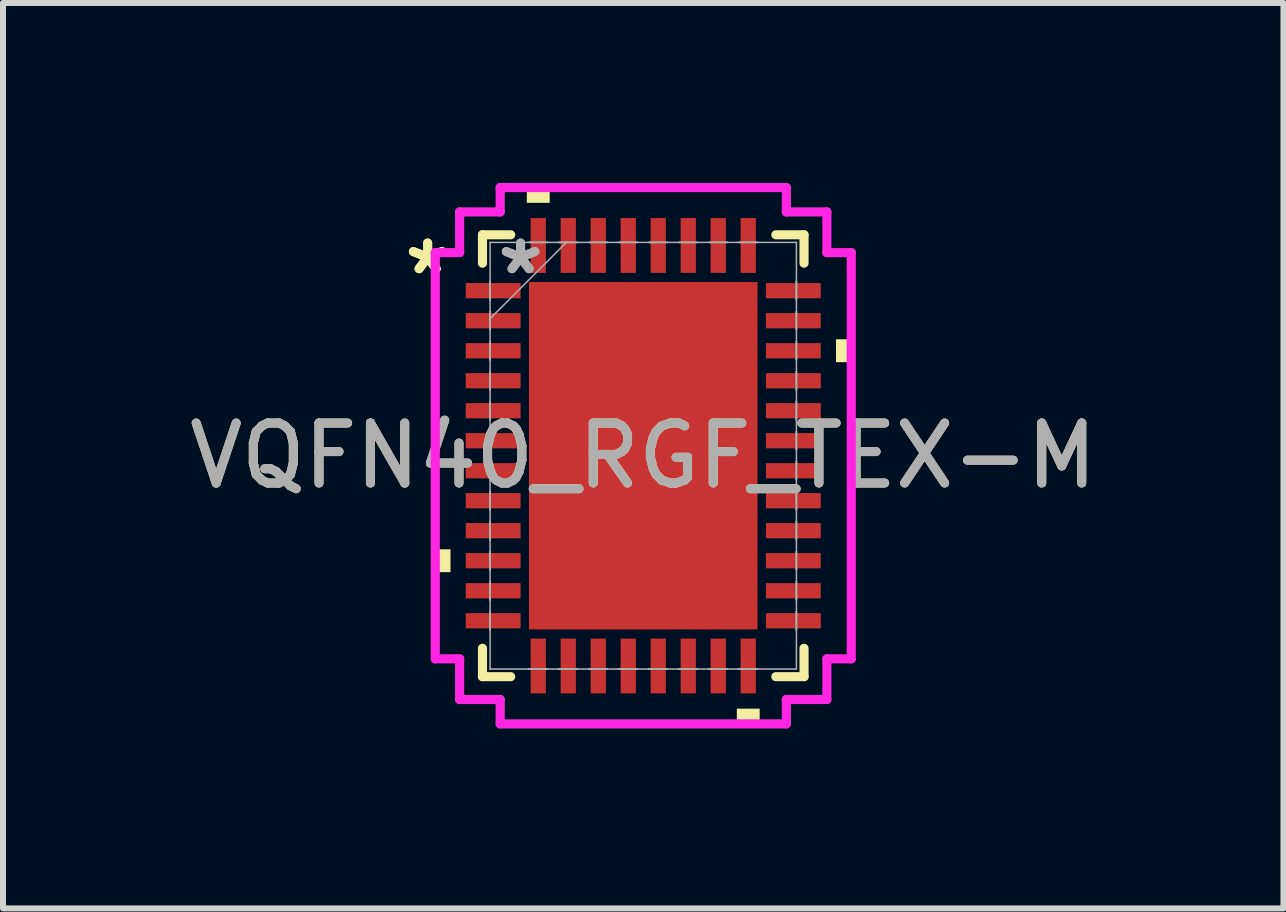
<source format=kicad_pcb>
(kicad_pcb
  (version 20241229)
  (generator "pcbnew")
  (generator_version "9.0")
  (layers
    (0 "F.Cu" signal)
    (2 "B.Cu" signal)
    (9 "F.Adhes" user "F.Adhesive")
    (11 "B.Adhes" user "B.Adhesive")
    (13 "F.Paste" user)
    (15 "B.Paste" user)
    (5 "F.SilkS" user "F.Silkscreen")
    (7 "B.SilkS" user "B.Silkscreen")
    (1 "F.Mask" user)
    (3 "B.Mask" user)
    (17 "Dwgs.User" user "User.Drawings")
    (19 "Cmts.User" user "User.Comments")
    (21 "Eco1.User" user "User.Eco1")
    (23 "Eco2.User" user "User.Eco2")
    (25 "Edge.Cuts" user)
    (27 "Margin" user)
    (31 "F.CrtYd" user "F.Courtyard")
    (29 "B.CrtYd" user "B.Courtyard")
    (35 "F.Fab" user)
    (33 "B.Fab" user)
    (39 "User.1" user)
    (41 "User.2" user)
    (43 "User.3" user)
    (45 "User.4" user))
  (footprint "VQFN40_RGF_TEX-M"
    (layer "F.Cu")
    (at 7.673 4.547)
    (property "Reference" "VQFN40_RGF_TEX-M" (at 0 0 0) (unlocked yes) (layer "F.SilkS") (effects (font (size 1 1) (thickness 0.15))))
    (attr smd)
    (fp_line (start -2.68 -3.683) (end -2.68 -3.21) (stroke (width 0.152) (type solid)) (layer "F.SilkS"))
    (fp_line (start -2.68 3.21) (end -2.68 3.683) (stroke (width 0.152) (type solid)) (layer "F.SilkS"))
    (fp_line (start -2.68 3.683) (end -2.21 3.683) (stroke (width 0.152) (type solid)) (layer "F.SilkS"))
    (fp_line (start -2.21 -3.683) (end -2.68 -3.683) (stroke (width 0.152) (type solid)) (layer "F.SilkS"))
    (fp_line (start 2.21 3.683) (end 2.68 3.683) (stroke (width 0.152) (type solid)) (layer "F.SilkS"))
    (fp_line (start 2.68 -3.683) (end 2.21 -3.683) (stroke (width 0.152) (type solid)) (layer "F.SilkS"))
    (fp_line (start 2.68 -3.21) (end 2.68 -3.683) (stroke (width 0.152) (type solid)) (layer "F.SilkS"))
    (fp_line (start 2.68 3.683) (end 2.68 3.21) (stroke (width 0.152) (type solid)) (layer "F.SilkS"))
    (fp_poly (pts (xy -3.467 1.56) (xy -3.467 1.941) (xy -3.213 1.941) (xy -3.213 1.56)) (stroke (width 0) (type solid)) (fill yes) (layer "F.SilkS"))
    (fp_poly (pts (xy -1.941 -4.216) (xy -1.941 -4.47) (xy -1.56 -4.47) (xy -1.56 -4.216)) (stroke (width 0) (type solid)) (fill yes) (layer "F.SilkS"))
    (fp_poly (pts (xy 1.56 4.216) (xy 1.56 4.47) (xy 1.941 4.47) (xy 1.941 4.216)) (stroke (width 0) (type solid)) (fill yes) (layer "F.SilkS"))
    (fp_poly (pts (xy 3.467 -1.941) (xy 3.467 -1.56) (xy 3.213 -1.56) (xy 3.213 -1.941)) (stroke (width 0) (type solid)) (fill yes) (layer "F.SilkS"))
    (fp_poly (pts (xy -1.805 -2.796) (xy -1.805 -1.548) (xy -0.735 -1.548) (xy -0.735 -2.796)) (stroke (width 0) (type solid)) (fill yes) (layer "F.Paste"))
    (fp_poly (pts (xy -1.805 -1.348) (xy -1.805 -0.1) (xy -0.735 -0.1) (xy -0.735 -1.348)) (stroke (width 0) (type solid)) (fill yes) (layer "F.Paste"))
    (fp_poly (pts (xy -1.805 0.1) (xy -1.805 1.348) (xy -0.735 1.348) (xy -0.735 0.1)) (stroke (width 0) (type solid)) (fill yes) (layer "F.Paste"))
    (fp_poly (pts (xy -1.805 1.548) (xy -1.805 2.796) (xy -0.735 2.796) (xy -0.735 1.548)) (stroke (width 0) (type solid)) (fill yes) (layer "F.Paste"))
    (fp_poly (pts (xy -0.535 -2.796) (xy -0.535 -1.548) (xy 0.535 -1.548) (xy 0.535 -2.796)) (stroke (width 0) (type solid)) (fill yes) (layer "F.Paste"))
    (fp_poly (pts (xy -0.535 -1.348) (xy -0.535 -0.1) (xy 0.535 -0.1) (xy 0.535 -1.348)) (stroke (width 0) (type solid)) (fill yes) (layer "F.Paste"))
    (fp_poly (pts (xy -0.535 0.1) (xy -0.535 1.348) (xy 0.535 1.348) (xy 0.535 0.1)) (stroke (width 0) (type solid)) (fill yes) (layer "F.Paste"))
    (fp_poly (pts (xy -0.535 1.548) (xy -0.535 2.796) (xy 0.535 2.796) (xy 0.535 1.548)) (stroke (width 0) (type solid)) (fill yes) (layer "F.Paste"))
    (fp_poly (pts (xy 0.735 -2.796) (xy 0.735 -1.548) (xy 1.805 -1.548) (xy 1.805 -2.796)) (stroke (width 0) (type solid)) (fill yes) (layer "F.Paste"))
    (fp_poly (pts (xy 0.735 -1.348) (xy 0.735 -0.1) (xy 1.805 -0.1) (xy 1.805 -1.348)) (stroke (width 0) (type solid)) (fill yes) (layer "F.Paste"))
    (fp_poly (pts (xy 0.735 0.1) (xy 0.735 1.348) (xy 1.805 1.348) (xy 1.805 0.1)) (stroke (width 0) (type solid)) (fill yes) (layer "F.Paste"))
    (fp_poly (pts (xy 0.735 1.548) (xy 0.735 2.796) (xy 1.805 2.796) (xy 1.805 1.548)) (stroke (width 0) (type solid)) (fill yes) (layer "F.Paste"))
    (fp_line (start -3.467 -3.386) (end -3.061 -3.386) (stroke (width 0.152) (type solid)) (layer "F.CrtYd"))
    (fp_line (start -3.467 3.386) (end -3.467 -3.386) (stroke (width 0.152) (type solid)) (layer "F.CrtYd"))
    (fp_line (start -3.061 -4.064) (end -2.385 -4.064) (stroke (width 0.152) (type solid)) (layer "F.CrtYd"))
    (fp_line (start -3.061 -3.386) (end -3.061 -4.064) (stroke (width 0.152) (type solid)) (layer "F.CrtYd"))
    (fp_line (start -3.061 3.386) (end -3.467 3.386) (stroke (width 0.152) (type solid)) (layer "F.CrtYd"))
    (fp_line (start -3.061 4.064) (end -3.061 3.386) (stroke (width 0.152) (type solid)) (layer "F.CrtYd"))
    (fp_line (start -2.385 -4.47) (end 2.385 -4.47) (stroke (width 0.152) (type solid)) (layer "F.CrtYd"))
    (fp_line (start -2.385 -4.064) (end -2.385 -4.47) (stroke (width 0.152) (type solid)) (layer "F.CrtYd"))
    (fp_line (start -2.385 4.064) (end -3.061 4.064) (stroke (width 0.152) (type solid)) (layer "F.CrtYd"))
    (fp_line (start -2.385 4.47) (end -2.385 4.064) (stroke (width 0.152) (type solid)) (layer "F.CrtYd"))
    (fp_line (start 2.385 -4.47) (end 2.385 -4.064) (stroke (width 0.152) (type solid)) (layer "F.CrtYd"))
    (fp_line (start 2.385 -4.064) (end 3.061 -4.064) (stroke (width 0.152) (type solid)) (layer "F.CrtYd"))
    (fp_line (start 2.385 4.064) (end 2.385 4.47) (stroke (width 0.152) (type solid)) (layer "F.CrtYd"))
    (fp_line (start 2.385 4.47) (end -2.385 4.47) (stroke (width 0.152) (type solid)) (layer "F.CrtYd"))
    (fp_line (start 3.061 -4.064) (end 3.061 -3.386) (stroke (width 0.152) (type solid)) (layer "F.CrtYd"))
    (fp_line (start 3.061 -3.386) (end 3.467 -3.386) (stroke (width 0.152) (type solid)) (layer "F.CrtYd"))
    (fp_line (start 3.061 3.386) (end 3.061 4.064) (stroke (width 0.152) (type solid)) (layer "F.CrtYd"))
    (fp_line (start 3.061 4.064) (end 2.385 4.064) (stroke (width 0.152) (type solid)) (layer "F.CrtYd"))
    (fp_line (start 3.467 -3.386) (end 3.467 3.386) (stroke (width 0.152) (type solid)) (layer "F.CrtYd"))
    (fp_line (start 3.467 3.386) (end 3.061 3.386) (stroke (width 0.152) (type solid)) (layer "F.CrtYd"))
    (fp_line (start -2.553 -3.556) (end -2.553 -3.556) (stroke (width 0.025) (type solid)) (layer "F.Fab"))
    (fp_line (start -2.553 -3.556) (end -2.553 3.556) (stroke (width 0.025) (type solid)) (layer "F.Fab"))
    (fp_line (start -2.553 -2.903) (end -2.553 -2.903) (stroke (width 0.025) (type solid)) (layer "F.Fab"))
    (fp_line (start -2.553 -2.903) (end -2.553 -2.598) (stroke (width 0.025) (type solid)) (layer "F.Fab"))
    (fp_line (start -2.553 -2.598) (end -2.553 -2.903) (stroke (width 0.025) (type solid)) (layer "F.Fab"))
    (fp_line (start -2.553 -2.598) (end -2.553 -2.598) (stroke (width 0.025) (type solid)) (layer "F.Fab"))
    (fp_line (start -2.553 -2.403) (end -2.553 -2.403) (stroke (width 0.025) (type solid)) (layer "F.Fab"))
    (fp_line (start -2.553 -2.403) (end -2.553 -2.098) (stroke (width 0.025) (type solid)) (layer "F.Fab"))
    (fp_line (start -2.553 -2.286) (end -1.283 -3.556) (stroke (width 0.025) (type solid)) (layer "F.Fab"))
    (fp_line (start -2.553 -2.098) (end -2.553 -2.403) (stroke (width 0.025) (type solid)) (layer "F.Fab"))
    (fp_line (start -2.553 -2.098) (end -2.553 -2.098) (stroke (width 0.025) (type solid)) (layer "F.Fab"))
    (fp_line (start -2.553 -1.903) (end -2.553 -1.903) (stroke (width 0.025) (type solid)) (layer "F.Fab"))
    (fp_line (start -2.553 -1.903) (end -2.553 -1.598) (stroke (width 0.025) (type solid)) (layer "F.Fab"))
    (fp_line (start -2.553 -1.598) (end -2.553 -1.903) (stroke (width 0.025) (type solid)) (layer "F.Fab"))
    (fp_line (start -2.553 -1.598) (end -2.553 -1.598) (stroke (width 0.025) (type solid)) (layer "F.Fab"))
    (fp_line (start -2.553 -1.403) (end -2.553 -1.403) (stroke (width 0.025) (type solid)) (layer "F.Fab"))
    (fp_line (start -2.553 -1.403) (end -2.553 -1.098) (stroke (width 0.025) (type solid)) (layer "F.Fab"))
    (fp_line (start -2.553 -1.098) (end -2.553 -1.403) (stroke (width 0.025) (type solid)) (layer "F.Fab"))
    (fp_line (start -2.553 -1.098) (end -2.553 -1.098) (stroke (width 0.025) (type solid)) (layer "F.Fab"))
    (fp_line (start -2.553 -0.903) (end -2.553 -0.903) (stroke (width 0.025) (type solid)) (layer "F.Fab"))
    (fp_line (start -2.553 -0.903) (end -2.553 -0.598) (stroke (width 0.025) (type solid)) (layer "F.Fab"))
    (fp_line (start -2.553 -0.598) (end -2.553 -0.903) (stroke (width 0.025) (type solid)) (layer "F.Fab"))
    (fp_line (start -2.553 -0.598) (end -2.553 -0.598) (stroke (width 0.025) (type solid)) (layer "F.Fab"))
    (fp_line (start -2.553 -0.402) (end -2.553 -0.402) (stroke (width 0.025) (type solid)) (layer "F.Fab"))
    (fp_line (start -2.553 -0.402) (end -2.553 -0.098) (stroke (width 0.025) (type solid)) (layer "F.Fab"))
    (fp_line (start -2.553 -0.098) (end -2.553 -0.402) (stroke (width 0.025) (type solid)) (layer "F.Fab"))
    (fp_line (start -2.553 -0.098) (end -2.553 -0.098) (stroke (width 0.025) (type solid)) (layer "F.Fab"))
    (fp_line (start -2.553 0.098) (end -2.553 0.098) (stroke (width 0.025) (type solid)) (layer "F.Fab"))
    (fp_line (start -2.553 0.098) (end -2.553 0.402) (stroke (width 0.025) (type solid)) (layer "F.Fab"))
    (fp_line (start -2.553 0.402) (end -2.553 0.098) (stroke (width 0.025) (type solid)) (layer "F.Fab"))
    (fp_line (start -2.553 0.402) (end -2.553 0.402) (stroke (width 0.025) (type solid)) (layer "F.Fab"))
    (fp_line (start -2.553 0.598) (end -2.553 0.598) (stroke (width 0.025) (type solid)) (layer "F.Fab"))
    (fp_line (start -2.553 0.598) (end -2.553 0.903) (stroke (width 0.025) (type solid)) (layer "F.Fab"))
    (fp_line (start -2.553 0.903) (end -2.553 0.598) (stroke (width 0.025) (type solid)) (layer "F.Fab"))
    (fp_line (start -2.553 0.903) (end -2.553 0.903) (stroke (width 0.025) (type solid)) (layer "F.Fab"))
    (fp_line (start -2.553 1.098) (end -2.553 1.098) (stroke (width 0.025) (type solid)) (layer "F.Fab"))
    (fp_line (start -2.553 1.098) (end -2.553 1.403) (stroke (width 0.025) (type solid)) (layer "F.Fab"))
    (fp_line (start -2.553 1.403) (end -2.553 1.098) (stroke (width 0.025) (type solid)) (layer "F.Fab"))
    (fp_line (start -2.553 1.403) (end -2.553 1.403) (stroke (width 0.025) (type solid)) (layer "F.Fab"))
    (fp_line (start -2.553 1.598) (end -2.553 1.598) (stroke (width 0.025) (type solid)) (layer "F.Fab"))
    (fp_line (start -2.553 1.598) (end -2.553 1.903) (stroke (width 0.025) (type solid)) (layer "F.Fab"))
    (fp_line (start -2.553 1.903) (end -2.553 1.598) (stroke (width 0.025) (type solid)) (layer "F.Fab"))
    (fp_line (start -2.553 1.903) (end -2.553 1.903) (stroke (width 0.025) (type solid)) (layer "F.Fab"))
    (fp_line (start -2.553 2.098) (end -2.553 2.098) (stroke (width 0.025) (type solid)) (layer "F.Fab"))
    (fp_line (start -2.553 2.098) (end -2.553 2.403) (stroke (width 0.025) (type solid)) (layer "F.Fab"))
    (fp_line (start -2.553 2.403) (end -2.553 2.098) (stroke (width 0.025) (type solid)) (layer "F.Fab"))
    (fp_line (start -2.553 2.403) (end -2.553 2.403) (stroke (width 0.025) (type solid)) (layer "F.Fab"))
    (fp_line (start -2.553 2.598) (end -2.553 2.598) (stroke (width 0.025) (type solid)) (layer "F.Fab"))
    (fp_line (start -2.553 2.598) (end -2.553 2.903) (stroke (width 0.025) (type solid)) (layer "F.Fab"))
    (fp_line (start -2.553 2.903) (end -2.553 2.598) (stroke (width 0.025) (type solid)) (layer "F.Fab"))
    (fp_line (start -2.553 2.903) (end -2.553 2.903) (stroke (width 0.025) (type solid)) (layer "F.Fab"))
    (fp_line (start -2.553 3.556) (end -2.553 3.556) (stroke (width 0.025) (type solid)) (layer "F.Fab"))
    (fp_line (start -2.553 3.556) (end 2.553 3.556) (stroke (width 0.025) (type solid)) (layer "F.Fab"))
    (fp_line (start -1.903 -3.556) (end -1.903 -3.556) (stroke (width 0.025) (type solid)) (layer "F.Fab"))
    (fp_line (start -1.903 -3.556) (end -1.598 -3.556) (stroke (width 0.025) (type solid)) (layer "F.Fab"))
    (fp_line (start -1.903 3.556) (end -1.903 3.556) (stroke (width 0.025) (type solid)) (layer "F.Fab"))
    (fp_line (start -1.903 3.556) (end -1.598 3.556) (stroke (width 0.025) (type solid)) (layer "F.Fab"))
    (fp_line (start -1.598 -3.556) (end -1.903 -3.556) (stroke (width 0.025) (type solid)) (layer "F.Fab"))
    (fp_line (start -1.598 -3.556) (end -1.598 -3.556) (stroke (width 0.025) (type solid)) (layer "F.Fab"))
    (fp_line (start -1.598 3.556) (end -1.903 3.556) (stroke (width 0.025) (type solid)) (layer "F.Fab"))
    (fp_line (start -1.598 3.556) (end -1.598 3.556) (stroke (width 0.025) (type solid)) (layer "F.Fab"))
    (fp_line (start -1.403 -3.556) (end -1.403 -3.556) (stroke (width 0.025) (type solid)) (layer "F.Fab"))
    (fp_line (start -1.403 -3.556) (end -1.098 -3.556) (stroke (width 0.025) (type solid)) (layer "F.Fab"))
    (fp_line (start -1.403 3.556) (end -1.403 3.556) (stroke (width 0.025) (type solid)) (layer "F.Fab"))
    (fp_line (start -1.403 3.556) (end -1.098 3.556) (stroke (width 0.025) (type solid)) (layer "F.Fab"))
    (fp_line (start -1.098 -3.556) (end -1.403 -3.556) (stroke (width 0.025) (type solid)) (layer "F.Fab"))
    (fp_line (start -1.098 -3.556) (end -1.098 -3.556) (stroke (width 0.025) (type solid)) (layer "F.Fab"))
    (fp_line (start -1.098 3.556) (end -1.403 3.556) (stroke (width 0.025) (type solid)) (layer "F.Fab"))
    (fp_line (start -1.098 3.556) (end -1.098 3.556) (stroke (width 0.025) (type solid)) (layer "F.Fab"))
    (fp_line (start -0.903 -3.556) (end -0.903 -3.556) (stroke (width 0.025) (type solid)) (layer "F.Fab"))
    (fp_line (start -0.903 -3.556) (end -0.598 -3.556) (stroke (width 0.025) (type solid)) (layer "F.Fab"))
    (fp_line (start -0.903 3.556) (end -0.903 3.556) (stroke (width 0.025) (type solid)) (layer "F.Fab"))
    (fp_line (start -0.903 3.556) (end -0.598 3.556) (stroke (width 0.025) (type solid)) (layer "F.Fab"))
    (fp_line (start -0.598 -3.556) (end -0.903 -3.556) (stroke (width 0.025) (type solid)) (layer "F.Fab"))
    (fp_line (start -0.598 -3.556) (end -0.598 -3.556) (stroke (width 0.025) (type solid)) (layer "F.Fab"))
    (fp_line (start -0.598 3.556) (end -0.903 3.556) (stroke (width 0.025) (type solid)) (layer "F.Fab"))
    (fp_line (start -0.598 3.556) (end -0.598 3.556) (stroke (width 0.025) (type solid)) (layer "F.Fab"))
    (fp_line (start -0.402 -3.556) (end -0.402 -3.556) (stroke (width 0.025) (type solid)) (layer "F.Fab"))
    (fp_line (start -0.402 -3.556) (end -0.098 -3.556) (stroke (width 0.025) (type solid)) (layer "F.Fab"))
    (fp_line (start -0.402 3.556) (end -0.402 3.556) (stroke (width 0.025) (type solid)) (layer "F.Fab"))
    (fp_line (start -0.402 3.556) (end -0.098 3.556) (stroke (width 0.025) (type solid)) (layer "F.Fab"))
    (fp_line (start -0.098 -3.556) (end -0.402 -3.556) (stroke (width 0.025) (type solid)) (layer "F.Fab"))
    (fp_line (start -0.098 -3.556) (end -0.098 -3.556) (stroke (width 0.025) (type solid)) (layer "F.Fab"))
    (fp_line (start -0.098 3.556) (end -0.402 3.556) (stroke (width 0.025) (type solid)) (layer "F.Fab"))
    (fp_line (start -0.098 3.556) (end -0.098 3.556) (stroke (width 0.025) (type solid)) (layer "F.Fab"))
    (fp_line (start 0.098 -3.556) (end 0.098 -3.556) (stroke (width 0.025) (type solid)) (layer "F.Fab"))
    (fp_line (start 0.098 -3.556) (end 0.402 -3.556) (stroke (width 0.025) (type solid)) (layer "F.Fab"))
    (fp_line (start 0.098 3.556) (end 0.098 3.556) (stroke (width 0.025) (type solid)) (layer "F.Fab"))
    (fp_line (start 0.098 3.556) (end 0.402 3.556) (stroke (width 0.025) (type solid)) (layer "F.Fab"))
    (fp_line (start 0.402 -3.556) (end 0.098 -3.556) (stroke (width 0.025) (type solid)) (layer "F.Fab"))
    (fp_line (start 0.402 -3.556) (end 0.402 -3.556) (stroke (width 0.025) (type solid)) (layer "F.Fab"))
    (fp_line (start 0.402 3.556) (end 0.098 3.556) (stroke (width 0.025) (type solid)) (layer "F.Fab"))
    (fp_line (start 0.402 3.556) (end 0.402 3.556) (stroke (width 0.025) (type solid)) (layer "F.Fab"))
    (fp_line (start 0.598 -3.556) (end 0.598 -3.556) (stroke (width 0.025) (type solid)) (layer "F.Fab"))
    (fp_line (start 0.598 -3.556) (end 0.903 -3.556) (stroke (width 0.025) (type solid)) (layer "F.Fab"))
    (fp_line (start 0.598 3.556) (end 0.598 3.556) (stroke (width 0.025) (type solid)) (layer "F.Fab"))
    (fp_line (start 0.598 3.556) (end 0.903 3.556) (stroke (width 0.025) (type solid)) (layer "F.Fab"))
    (fp_line (start 0.903 -3.556) (end 0.598 -3.556) (stroke (width 0.025) (type solid)) (layer "F.Fab"))
    (fp_line (start 0.903 -3.556) (end 0.903 -3.556) (stroke (width 0.025) (type solid)) (layer "F.Fab"))
    (fp_line (start 0.903 3.556) (end 0.598 3.556) (stroke (width 0.025) (type solid)) (layer "F.Fab"))
    (fp_line (start 0.903 3.556) (end 0.903 3.556) (stroke (width 0.025) (type solid)) (layer "F.Fab"))
    (fp_line (start 1.098 -3.556) (end 1.098 -3.556) (stroke (width 0.025) (type solid)) (layer "F.Fab"))
    (fp_line (start 1.098 -3.556) (end 1.403 -3.556) (stroke (width 0.025) (type solid)) (layer "F.Fab"))
    (fp_line (start 1.098 3.556) (end 1.098 3.556) (stroke (width 0.025) (type solid)) (layer "F.Fab"))
    (fp_line (start 1.098 3.556) (end 1.403 3.556) (stroke (width 0.025) (type solid)) (layer "F.Fab"))
    (fp_line (start 1.403 -3.556) (end 1.098 -3.556) (stroke (width 0.025) (type solid)) (layer "F.Fab"))
    (fp_line (start 1.403 -3.556) (end 1.403 -3.556) (stroke (width 0.025) (type solid)) (layer "F.Fab"))
    (fp_line (start 1.403 3.556) (end 1.098 3.556) (stroke (width 0.025) (type solid)) (layer "F.Fab"))
    (fp_line (start 1.403 3.556) (end 1.403 3.556) (stroke (width 0.025) (type solid)) (layer "F.Fab"))
    (fp_line (start 1.598 -3.556) (end 1.598 -3.556) (stroke (width 0.025) (type solid)) (layer "F.Fab"))
    (fp_line (start 1.598 -3.556) (end 1.903 -3.556) (stroke (width 0.025) (type solid)) (layer "F.Fab"))
    (fp_line (start 1.598 3.556) (end 1.598 3.556) (stroke (width 0.025) (type solid)) (layer "F.Fab"))
    (fp_line (start 1.598 3.556) (end 1.903 3.556) (stroke (width 0.025) (type solid)) (layer "F.Fab"))
    (fp_line (start 1.903 -3.556) (end 1.598 -3.556) (stroke (width 0.025) (type solid)) (layer "F.Fab"))
    (fp_line (start 1.903 -3.556) (end 1.903 -3.556) (stroke (width 0.025) (type solid)) (layer "F.Fab"))
    (fp_line (start 1.903 3.556) (end 1.598 3.556) (stroke (width 0.025) (type solid)) (layer "F.Fab"))
    (fp_line (start 1.903 3.556) (end 1.903 3.556) (stroke (width 0.025) (type solid)) (layer "F.Fab"))
    (fp_line (start 2.553 -3.556) (end -2.553 -3.556) (stroke (width 0.025) (type solid)) (layer "F.Fab"))
    (fp_line (start 2.553 -3.556) (end 2.553 -3.556) (stroke (width 0.025) (type solid)) (layer "F.Fab"))
    (fp_line (start 2.553 -2.903) (end 2.553 -2.903) (stroke (width 0.025) (type solid)) (layer "F.Fab"))
    (fp_line (start 2.553 -2.903) (end 2.553 -2.598) (stroke (width 0.025) (type solid)) (layer "F.Fab"))
    (fp_line (start 2.553 -2.598) (end 2.553 -2.903) (stroke (width 0.025) (type solid)) (layer "F.Fab"))
    (fp_line (start 2.553 -2.598) (end 2.553 -2.598) (stroke (width 0.025) (type solid)) (layer "F.Fab"))
    (fp_line (start 2.553 -2.403) (end 2.553 -2.403) (stroke (width 0.025) (type solid)) (layer "F.Fab"))
    (fp_line (start 2.553 -2.403) (end 2.553 -2.098) (stroke (width 0.025) (type solid)) (layer "F.Fab"))
    (fp_line (start 2.553 -2.098) (end 2.553 -2.403) (stroke (width 0.025) (type solid)) (layer "F.Fab"))
    (fp_line (start 2.553 -2.098) (end 2.553 -2.098) (stroke (width 0.025) (type solid)) (layer "F.Fab"))
    (fp_line (start 2.553 -1.903) (end 2.553 -1.903) (stroke (width 0.025) (type solid)) (layer "F.Fab"))
    (fp_line (start 2.553 -1.903) (end 2.553 -1.598) (stroke (width 0.025) (type solid)) (layer "F.Fab"))
    (fp_line (start 2.553 -1.598) (end 2.553 -1.903) (stroke (width 0.025) (type solid)) (layer "F.Fab"))
    (fp_line (start 2.553 -1.598) (end 2.553 -1.598) (stroke (width 0.025) (type solid)) (layer "F.Fab"))
    (fp_line (start 2.553 -1.403) (end 2.553 -1.403) (stroke (width 0.025) (type solid)) (layer "F.Fab"))
    (fp_line (start 2.553 -1.403) (end 2.553 -1.098) (stroke (width 0.025) (type solid)) (layer "F.Fab"))
    (fp_line (start 2.553 -1.098) (end 2.553 -1.403) (stroke (width 0.025) (type solid)) (layer "F.Fab"))
    (fp_line (start 2.553 -1.098) (end 2.553 -1.098) (stroke (width 0.025) (type solid)) (layer "F.Fab"))
    (fp_line (start 2.553 -0.903) (end 2.553 -0.903) (stroke (width 0.025) (type solid)) (layer "F.Fab"))
    (fp_line (start 2.553 -0.903) (end 2.553 -0.598) (stroke (width 0.025) (type solid)) (layer "F.Fab"))
    (fp_line (start 2.553 -0.598) (end 2.553 -0.903) (stroke (width 0.025) (type solid)) (layer "F.Fab"))
    (fp_line (start 2.553 -0.598) (end 2.553 -0.598) (stroke (width 0.025) (type solid)) (layer "F.Fab"))
    (fp_line (start 2.553 -0.402) (end 2.553 -0.402) (stroke (width 0.025) (type solid)) (layer "F.Fab"))
    (fp_line (start 2.553 -0.402) (end 2.553 -0.098) (stroke (width 0.025) (type solid)) (layer "F.Fab"))
    (fp_line (start 2.553 -0.098) (end 2.553 -0.402) (stroke (width 0.025) (type solid)) (layer "F.Fab"))
    (fp_line (start 2.553 -0.098) (end 2.553 -0.098) (stroke (width 0.025) (type solid)) (layer "F.Fab"))
    (fp_line (start 2.553 0.098) (end 2.553 0.098) (stroke (width 0.025) (type solid)) (layer "F.Fab"))
    (fp_line (start 2.553 0.098) (end 2.553 0.402) (stroke (width 0.025) (type solid)) (layer "F.Fab"))
    (fp_line (start 2.553 0.402) (end 2.553 0.098) (stroke (width 0.025) (type solid)) (layer "F.Fab"))
    (fp_line (start 2.553 0.402) (end 2.553 0.402) (stroke (width 0.025) (type solid)) (layer "F.Fab"))
    (fp_line (start 2.553 0.598) (end 2.553 0.598) (stroke (width 0.025) (type solid)) (layer "F.Fab"))
    (fp_line (start 2.553 0.598) (end 2.553 0.903) (stroke (width 0.025) (type solid)) (layer "F.Fab"))
    (fp_line (start 2.553 0.903) (end 2.553 0.598) (stroke (width 0.025) (type solid)) (layer "F.Fab"))
    (fp_line (start 2.553 0.903) (end 2.553 0.903) (stroke (width 0.025) (type solid)) (layer "F.Fab"))
    (fp_line (start 2.553 1.098) (end 2.553 1.098) (stroke (width 0.025) (type solid)) (layer "F.Fab"))
    (fp_line (start 2.553 1.098) (end 2.553 1.403) (stroke (width 0.025) (type solid)) (layer "F.Fab"))
    (fp_line (start 2.553 1.403) (end 2.553 1.098) (stroke (width 0.025) (type solid)) (layer "F.Fab"))
    (fp_line (start 2.553 1.403) (end 2.553 1.403) (stroke (width 0.025) (type solid)) (layer "F.Fab"))
    (fp_line (start 2.553 1.598) (end 2.553 1.598) (stroke (width 0.025) (type solid)) (layer "F.Fab"))
    (fp_line (start 2.553 1.598) (end 2.553 1.903) (stroke (width 0.025) (type solid)) (layer "F.Fab"))
    (fp_line (start 2.553 1.903) (end 2.553 1.598) (stroke (width 0.025) (type solid)) (layer "F.Fab"))
    (fp_line (start 2.553 1.903) (end 2.553 1.903) (stroke (width 0.025) (type solid)) (layer "F.Fab"))
    (fp_line (start 2.553 2.098) (end 2.553 2.098) (stroke (width 0.025) (type solid)) (layer "F.Fab"))
    (fp_line (start 2.553 2.098) (end 2.553 2.403) (stroke (width 0.025) (type solid)) (layer "F.Fab"))
    (fp_line (start 2.553 2.403) (end 2.553 2.098) (stroke (width 0.025) (type solid)) (layer "F.Fab"))
    (fp_line (start 2.553 2.403) (end 2.553 2.403) (stroke (width 0.025) (type solid)) (layer "F.Fab"))
    (fp_line (start 2.553 2.598) (end 2.553 2.598) (stroke (width 0.025) (type solid)) (layer "F.Fab"))
    (fp_line (start 2.553 2.598) (end 2.553 2.903) (stroke (width 0.025) (type solid)) (layer "F.Fab"))
    (fp_line (start 2.553 2.903) (end 2.553 2.598) (stroke (width 0.025) (type solid)) (layer "F.Fab"))
    (fp_line (start 2.553 2.903) (end 2.553 2.903) (stroke (width 0.025) (type solid)) (layer "F.Fab"))
    (fp_line (start 2.553 3.556) (end 2.553 -3.556) (stroke (width 0.025) (type solid)) (layer "F.Fab"))
    (fp_line (start 2.553 3.556) (end 2.553 3.556) (stroke (width 0.025) (type solid)) (layer "F.Fab"))
    (fp_text user "*" (at -3.594 -3.001 0) (unlocked yes) (layer "F.SilkS") (effects (font (size 1 1) (thickness 0.15))))
    (fp_text user "*" (at -3.594 -3.001 0) (layer "F.SilkS") (effects (font (size 1 1) (thickness 0.15))))
    (fp_text user "*" (at -2.045 -3.001 0) (layer "F.Fab") (effects (font (size 1 1) (thickness 0.15))))
    (fp_text user "*" (at -2.045 -3.001 0) (unlocked yes) (layer "F.Fab") (effects (font (size 1 1) (thickness 0.15))))
    (fp_text user "${REFERENCE}" (at 0 0 0) (unlocked yes) (layer "F.Fab") (effects (font (size 1 1) (thickness 0.15))))
    (pad "1" smd rect (at -2.502 -2.751 90) (size 0.254 0.914) (layers "F.Cu" "F.Mask" "F.Paste"))
    (pad "2" smd rect (at -2.502 -2.251 90) (size 0.254 0.914) (layers "F.Cu" "F.Mask" "F.Paste"))
    (pad "3" smd rect (at -2.502 -1.75 90) (size 0.254 0.914) (layers "F.Cu" "F.Mask" "F.Paste"))
    (pad "4" smd rect (at -2.502 -1.25 90) (size 0.254 0.914) (layers "F.Cu" "F.Mask" "F.Paste"))
    (pad "5" smd rect (at -2.502 -0.75 90) (size 0.254 0.914) (layers "F.Cu" "F.Mask" "F.Paste"))
    (pad "6" smd rect (at -2.502 -0.25 90) (size 0.254 0.914) (layers "F.Cu" "F.Mask" "F.Paste"))
    (pad "7" smd rect (at -2.502 0.25 90) (size 0.254 0.914) (layers "F.Cu" "F.Mask" "F.Paste"))
    (pad "8" smd rect (at -2.502 0.75 90) (size 0.254 0.914) (layers "F.Cu" "F.Mask" "F.Paste"))
    (pad "9" smd rect (at -2.502 1.25 90) (size 0.254 0.914) (layers "F.Cu" "F.Mask" "F.Paste"))
    (pad "10" smd rect (at -2.502 1.75 90) (size 0.254 0.914) (layers "F.Cu" "F.Mask" "F.Paste"))
    (pad "11" smd rect (at -2.502 2.251 90) (size 0.254 0.914) (layers "F.Cu" "F.Mask" "F.Paste"))
    (pad "12" smd rect (at -2.502 2.751 90) (size 0.254 0.914) (layers "F.Cu" "F.Mask" "F.Paste"))
    (pad "13" smd rect (at -1.75 3.505) (size 0.254 0.914) (layers "F.Cu" "F.Mask" "F.Paste"))
    (pad "14" smd rect (at -1.25 3.505) (size 0.254 0.914) (layers "F.Cu" "F.Mask" "F.Paste"))
    (pad "15" smd rect (at -0.75 3.505) (size 0.254 0.914) (layers "F.Cu" "F.Mask" "F.Paste"))
    (pad "16" smd rect (at -0.25 3.505) (size 0.254 0.914) (layers "F.Cu" "F.Mask" "F.Paste"))
    (pad "17" smd rect (at 0.25 3.505) (size 0.254 0.914) (layers "F.Cu" "F.Mask" "F.Paste"))
    (pad "18" smd rect (at 0.75 3.505) (size 0.254 0.914) (layers "F.Cu" "F.Mask" "F.Paste"))
    (pad "19" smd rect (at 1.25 3.505) (size 0.254 0.914) (layers "F.Cu" "F.Mask" "F.Paste"))
    (pad "20" smd rect (at 1.75 3.505) (size 0.254 0.914) (layers "F.Cu" "F.Mask" "F.Paste"))
    (pad "21" smd rect (at 2.502 2.751 90) (size 0.254 0.914) (layers "F.Cu" "F.Mask" "F.Paste"))
    (pad "22" smd rect (at 2.502 2.251 90) (size 0.254 0.914) (layers "F.Cu" "F.Mask" "F.Paste"))
    (pad "23" smd rect (at 2.502 1.75 90) (size 0.254 0.914) (layers "F.Cu" "F.Mask" "F.Paste"))
    (pad "24" smd rect (at 2.502 1.25 90) (size 0.254 0.914) (layers "F.Cu" "F.Mask" "F.Paste"))
    (pad "25" smd rect (at 2.502 0.75 90) (size 0.254 0.914) (layers "F.Cu" "F.Mask" "F.Paste"))
    (pad "26" smd rect (at 2.502 0.25 90) (size 0.254 0.914) (layers "F.Cu" "F.Mask" "F.Paste"))
    (pad "27" smd rect (at 2.502 -0.25 90) (size 0.254 0.914) (layers "F.Cu" "F.Mask" "F.Paste"))
    (pad "28" smd rect (at 2.502 -0.75 90) (size 0.254 0.914) (layers "F.Cu" "F.Mask" "F.Paste"))
    (pad "29" smd rect (at 2.502 -1.25 90) (size 0.254 0.914) (layers "F.Cu" "F.Mask" "F.Paste"))
    (pad "30" smd rect (at 2.502 -1.75 90) (size 0.254 0.914) (layers "F.Cu" "F.Mask" "F.Paste"))
    (pad "31" smd rect (at 2.502 -2.251 90) (size 0.254 0.914) (layers "F.Cu" "F.Mask" "F.Paste"))
    (pad "32" smd rect (at 2.502 -2.751 90) (size 0.254 0.914) (layers "F.Cu" "F.Mask" "F.Paste"))
    (pad "33" smd rect (at 1.75 -3.505) (size 0.254 0.914) (layers "F.Cu" "F.Mask" "F.Paste"))
    (pad "34" smd rect (at 1.25 -3.505) (size 0.254 0.914) (layers "F.Cu" "F.Mask" "F.Paste"))
    (pad "35" smd rect (at 0.75 -3.505) (size 0.254 0.914) (layers "F.Cu" "F.Mask" "F.Paste"))
    (pad "36" smd rect (at 0.25 -3.505) (size 0.254 0.914) (layers "F.Cu" "F.Mask" "F.Paste"))
    (pad "37" smd rect (at -0.25 -3.505) (size 0.254 0.914) (layers "F.Cu" "F.Mask" "F.Paste"))
    (pad "38" smd rect (at -0.75 -3.505) (size 0.254 0.914) (layers "F.Cu" "F.Mask" "F.Paste"))
    (pad "39" smd rect (at -1.25 -3.505) (size 0.254 0.914) (layers "F.Cu" "F.Mask" "F.Paste"))
    (pad "40" smd rect (at -1.75 -3.505) (size 0.254 0.914) (layers "F.Cu" "F.Mask" "F.Paste"))
    (pad "41" smd rect (at 0 0) (size 3.81 5.791) (layers "F.Cu" "F.Mask")))
  (gr_rect
    (start -3 -3)
    (end 18.345 12.093)
    (stroke (width 0.1) (type default))
    (fill no)
    (layer "Edge.Cuts")))
</source>
